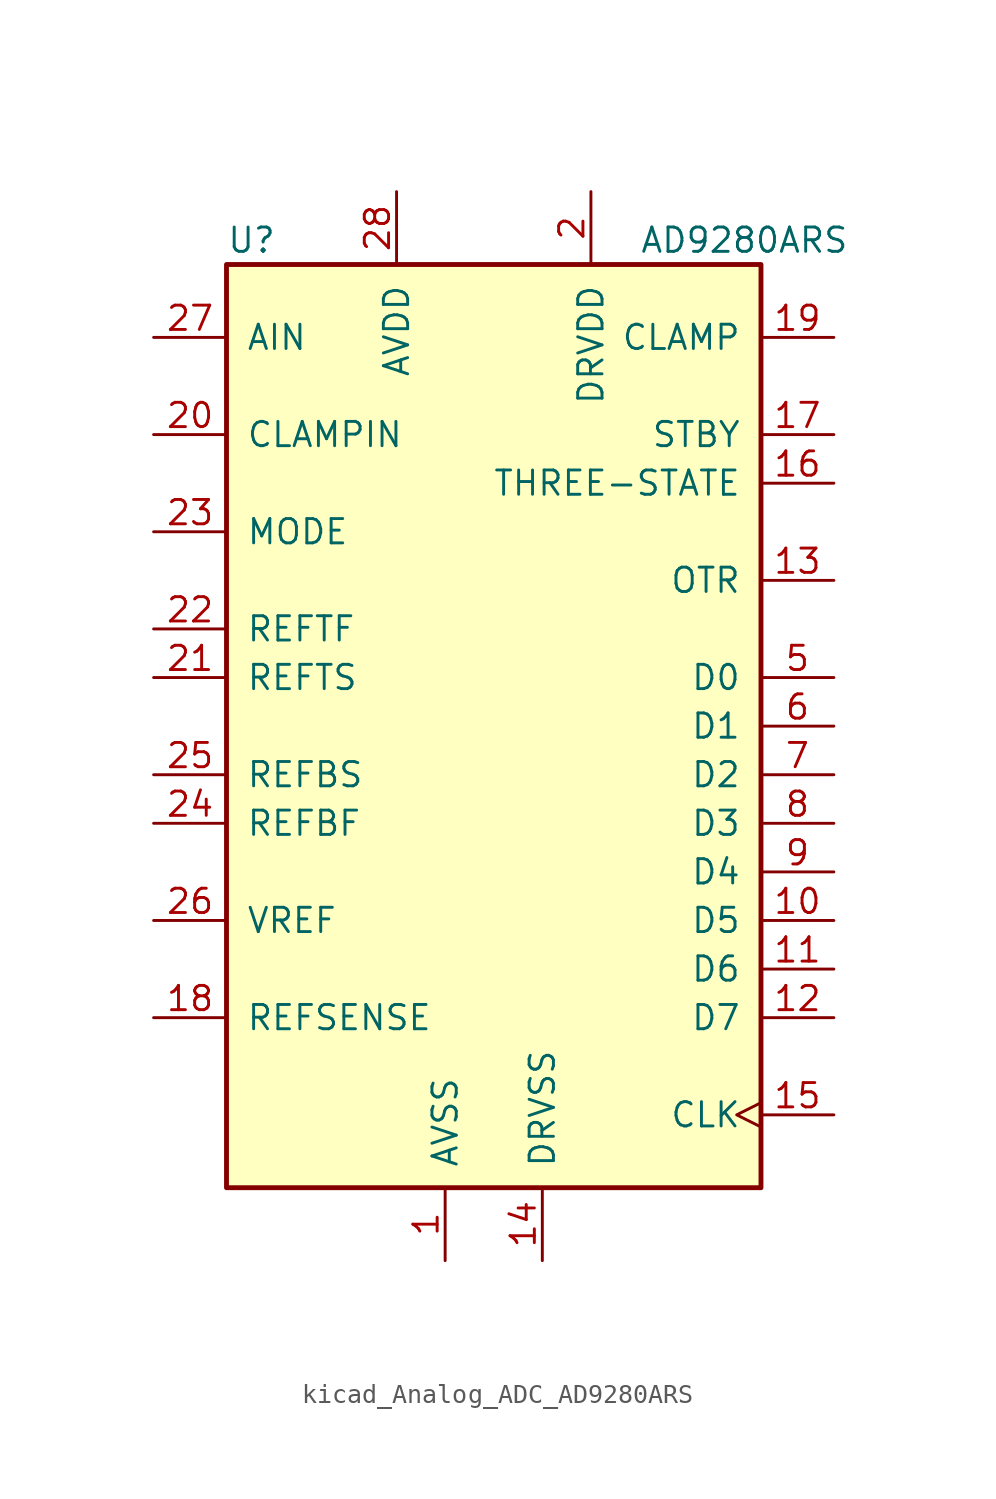
<source format=kicad_sym>
(kicad_symbol_lib
  (version 20220914)
  (generator kicad_symbol_editor)
  (symbol "kicad_Analog_ADC_AD9280ARS"
    (pin_names
      (offset 1.016))
    (property "Reference" "U"
      (at -13.97 25.4 0)
      (effects (font (size 1.27 1.27)) (justify left)))
    (property "Value" "AD9280ARS"
      (at 7.62 25.4 0)
      (effects (font (size 1.27 1.27)) (justify left)))
    (symbol "kicad_Analog_ADC_AD9280ARS_0_1"
      (rectangle (start -13.97 24.13) (end 13.97 -24.13) (stroke (width 0.254) (type default)) (fill (type background))))
    (symbol "kicad_Analog_ADC_AD9280ARS_1_1"
      (pin power_in line (at -2.54 -27.94 90) (length 3.81) (name "AVSS" (effects (font (size 1.27 1.27)))) (number "1" (effects (font (size 1.27 1.27)))))
      (pin output line (at 17.78 -10.16 180) (length 3.81) (name "D5" (effects (font (size 1.27 1.27)))) (number "10" (effects (font (size 1.27 1.27)))))
      (pin output line (at 17.78 -12.7 180) (length 3.81) (name "D6" (effects (font (size 1.27 1.27)))) (number "11" (effects (font (size 1.27 1.27)))))
      (pin output line (at 17.78 -15.24 180) (length 3.81) (name "D7" (effects (font (size 1.27 1.27)))) (number "12" (effects (font (size 1.27 1.27)))))
      (pin output line (at 17.78 7.62 180) (length 3.81) (name "OTR" (effects (font (size 1.27 1.27)))) (number "13" (effects (font (size 1.27 1.27)))))
      (pin power_in line (at 2.54 -27.94 90) (length 3.81) (name "DRVSS" (effects (font (size 1.27 1.27)))) (number "14" (effects (font (size 1.27 1.27)))))
      (pin input clock (at 17.78 -20.32 180) (length 3.81) (name "CLK" (effects (font (size 1.27 1.27)))) (number "15" (effects (font (size 1.27 1.27)))))
      (pin input line (at 17.78 12.7 180) (length 3.81) (name "THREE-STATE" (effects (font (size 1.27 1.27)))) (number "16" (effects (font (size 1.27 1.27)))))
      (pin passive line (at 17.78 15.24 180) (length 3.81) (name "STBY" (effects (font (size 1.27 1.27)))) (number "17" (effects (font (size 1.27 1.27)))))
      (pin input line (at -17.78 -15.24 0) (length 3.81) (name "REFSENSE" (effects (font (size 1.27 1.27)))) (number "18" (effects (font (size 1.27 1.27)))))
      (pin passive line (at 17.78 20.32 180) (length 3.81) (name "CLAMP" (effects (font (size 1.27 1.27)))) (number "19" (effects (font (size 1.27 1.27)))))
      (pin power_in line (at 5.08 27.94 270) (length 3.81) (name "DRVDD" (effects (font (size 1.27 1.27)))) (number "2" (effects (font (size 1.27 1.27)))))
      (pin input line (at -17.78 15.24 0) (length 3.81) (name "CLAMPIN" (effects (font (size 1.27 1.27)))) (number "20" (effects (font (size 1.27 1.27)))))
      (pin input line (at -17.78 2.54 0) (length 3.81) (name "REFTS" (effects (font (size 1.27 1.27)))) (number "21" (effects (font (size 1.27 1.27)))))
      (pin input line (at -17.78 5.08 0) (length 3.81) (name "REFTF" (effects (font (size 1.27 1.27)))) (number "22" (effects (font (size 1.27 1.27)))))
      (pin input line (at -17.78 10.16 0) (length 3.81) (name "MODE" (effects (font (size 1.27 1.27)))) (number "23" (effects (font (size 1.27 1.27)))))
      (pin input line (at -17.78 -5.08 0) (length 3.81) (name "REFBF" (effects (font (size 1.27 1.27)))) (number "24" (effects (font (size 1.27 1.27)))))
      (pin input line (at -17.78 -2.54 0) (length 3.81) (name "REFBS" (effects (font (size 1.27 1.27)))) (number "25" (effects (font (size 1.27 1.27)))))
      (pin output line (at -17.78 -10.16 0) (length 3.81) (name "VREF" (effects (font (size 1.27 1.27)))) (number "26" (effects (font (size 1.27 1.27)))))
      (pin input line (at -17.78 20.32 0) (length 3.81) (name "AIN" (effects (font (size 1.27 1.27)))) (number "27" (effects (font (size 1.27 1.27)))))
      (pin power_in line (at -5.08 27.94 270) (length 3.81) (name "AVDD" (effects (font (size 1.27 1.27)))) (number "28" (effects (font (size 1.27 1.27)))))
      (pin output line (at 17.78 2.54 180) (length 3.81) (name "D0" (effects (font (size 1.27 1.27)))) (number "5" (effects (font (size 1.27 1.27)))))
      (pin output line (at 17.78 0 180) (length 3.81) (name "D1" (effects (font (size 1.27 1.27)))) (number "6" (effects (font (size 1.27 1.27)))))
      (pin output line (at 17.78 -2.54 180) (length 3.81) (name "D2" (effects (font (size 1.27 1.27)))) (number "7" (effects (font (size 1.27 1.27)))))
      (pin output line (at 17.78 -5.08 180) (length 3.81) (name "D3" (effects (font (size 1.27 1.27)))) (number "8" (effects (font (size 1.27 1.27)))))
      (pin output line (at 17.78 -7.62 180) (length 3.81) (name "D4" (effects (font (size 1.27 1.27)))) (number "9" (effects (font (size 1.27 1.27))))))))
</source>
